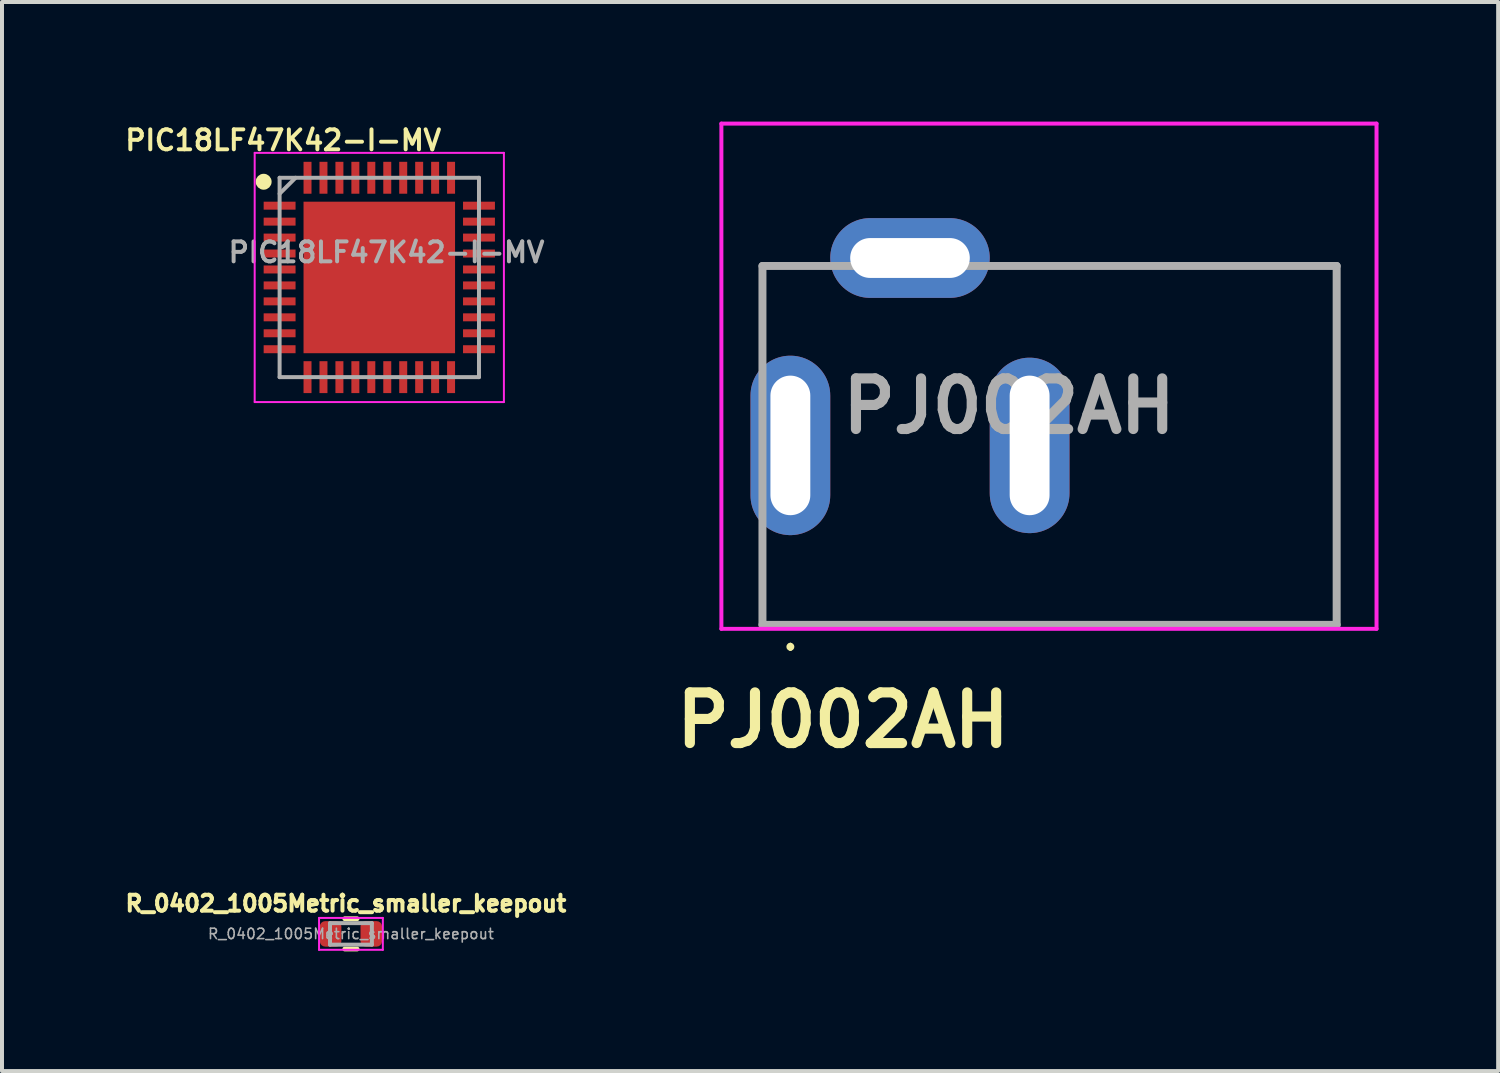
<source format=kicad_pcb>
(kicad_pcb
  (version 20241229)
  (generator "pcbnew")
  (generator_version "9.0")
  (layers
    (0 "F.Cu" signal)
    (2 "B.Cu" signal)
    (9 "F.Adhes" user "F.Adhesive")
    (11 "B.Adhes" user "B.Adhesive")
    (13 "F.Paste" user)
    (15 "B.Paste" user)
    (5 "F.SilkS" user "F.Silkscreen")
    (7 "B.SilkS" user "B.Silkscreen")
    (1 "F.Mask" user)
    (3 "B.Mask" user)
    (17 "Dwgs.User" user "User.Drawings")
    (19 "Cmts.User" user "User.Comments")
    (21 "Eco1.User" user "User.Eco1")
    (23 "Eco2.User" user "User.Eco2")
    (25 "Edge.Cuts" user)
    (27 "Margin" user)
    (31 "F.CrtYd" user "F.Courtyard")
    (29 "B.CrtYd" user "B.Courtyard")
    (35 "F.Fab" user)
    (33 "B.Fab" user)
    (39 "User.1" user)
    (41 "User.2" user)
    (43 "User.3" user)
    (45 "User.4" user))
  (footprint "PJ002AH"
    (layer "F.Cu")
    (at 16.771 8.12)
    (property "Reference" "PJ002AH" (at 1.32 6.89 0) (layer "F.SilkS") (effects (font (size 1.27 1.27) (thickness 0.254))))
    (attr through_hole)
    (fp_line (start -0.7 -4.5) (end -0.7 -3) (stroke (width 0.1) (type solid)) (layer "F.SilkS"))
    (fp_line (start -0.7 4.5) (end -0.7 3) (stroke (width 0.1) (type solid)) (layer "F.SilkS"))
    (fp_line (start 0 5) (end 0 5) (stroke (width 0.1) (type solid)) (layer "F.SilkS"))
    (fp_line (start 0 5.1) (end 0 5.1) (stroke (width 0.1) (type solid)) (layer "F.SilkS"))
    (fp_line (start 0.2 -4.5) (end -0.7 -4.5) (stroke (width 0.1) (type solid)) (layer "F.SilkS"))
    (fp_line (start 5.7 -4.5) (end 13.7 -4.5) (stroke (width 0.1) (type solid)) (layer "F.SilkS"))
    (fp_line (start 13.7 -4.5) (end 13.7 4.5) (stroke (width 0.1) (type solid)) (layer "F.SilkS"))
    (fp_line (start 13.7 4.5) (end -0.7 4.5) (stroke (width 0.1) (type solid)) (layer "F.SilkS"))
    (fp_arc (start 0 5) (mid 0.05 5.05) (end 0 5.1) (stroke (width 0.1) (type solid)) (layer "F.SilkS"))
    (fp_arc (start 0 5.1) (mid -0.05 5.05) (end 0 5) (stroke (width 0.1) (type solid)) (layer "F.SilkS"))
    (fp_line (start -1.73 -8.07) (end 14.7 -8.07) (stroke (width 0.1) (type solid)) (layer "F.CrtYd"))
    (fp_line (start -1.73 4.6) (end -1.73 -8.07) (stroke (width 0.1) (type solid)) (layer "F.CrtYd"))
    (fp_line (start 14.7 -8.07) (end 14.7 4.6) (stroke (width 0.1) (type solid)) (layer "F.CrtYd"))
    (fp_line (start 14.7 4.6) (end -1.73 4.6) (stroke (width 0.1) (type solid)) (layer "F.CrtYd"))
    (fp_line (start -0.7 -4.5) (end 13.7 -4.5) (stroke (width 0.2) (type solid)) (layer "F.Fab"))
    (fp_line (start -0.7 4.5) (end -0.7 -4.5) (stroke (width 0.2) (type solid)) (layer "F.Fab"))
    (fp_line (start 13.7 -4.5) (end 13.7 4.5) (stroke (width 0.2) (type solid)) (layer "F.Fab"))
    (fp_line (start 13.7 4.5) (end -0.7 4.5) (stroke (width 0.2) (type solid)) (layer "F.Fab"))
    (fp_text user "${REFERENCE}" (at 5.485 -0.985 0) (layer "F.Fab") (effects (font (size 1.27 1.27) (thickness 0.254))))
    (pad "1" thru_hole oval (at 0 0) (size 2 4.5) (drill oval 1 3.5) (layers "*.Cu" "*.Mask"))
    (pad "2" thru_hole oval (at 6 0) (size 2 4.4) (drill oval 1 3.5) (layers "*.Cu" "*.Mask"))
    (pad "3" thru_hole oval (at 3 -4.7) (size 4 2) (drill oval 3 1) (layers "*.Cu" "*.Mask")))
  (footprint "PIC18LF47K42-I-MV"
    (layer "F.Cu")
    (at 6.462 3.908)
    (property "Reference" "PIC18LF47K42-I-MV" (at -2.41 -3.44 0) (layer "F.SilkS") (effects (font (size 0.5 0.5) (thickness 0.1))))
    (attr smd)
    (fp_circle (center -2.9 -2.4) (end -2.9 -2.3) (stroke (width 0.2) (type solid)) (fill no) (layer "F.SilkS"))
    (fp_line (start -3.125 -3.125) (end 3.125 -3.125) (stroke (width 0.05) (type solid)) (layer "F.CrtYd"))
    (fp_line (start -3.125 3.125) (end -3.125 -3.125) (stroke (width 0.05) (type solid)) (layer "F.CrtYd"))
    (fp_line (start 3.125 -3.125) (end 3.125 3.125) (stroke (width 0.05) (type solid)) (layer "F.CrtYd"))
    (fp_line (start 3.125 3.125) (end -3.125 3.125) (stroke (width 0.05) (type solid)) (layer "F.CrtYd"))
    (fp_line (start -2.5 -2.5) (end 2.5 -2.5) (stroke (width 0.1) (type solid)) (layer "F.Fab"))
    (fp_line (start -2.5 -2.1) (end -2.1 -2.5) (stroke (width 0.1) (type solid)) (layer "F.Fab"))
    (fp_line (start -2.5 2.5) (end -2.5 -2.5) (stroke (width 0.1) (type solid)) (layer "F.Fab"))
    (fp_line (start 2.5 -2.5) (end 2.5 2.5) (stroke (width 0.1) (type solid)) (layer "F.Fab"))
    (fp_line (start 2.5 2.5) (end -2.5 2.5) (stroke (width 0.1) (type solid)) (layer "F.Fab"))
    (fp_text user "${REFERENCE}" (at 0.18 -0.63 0) (layer "F.Fab") (effects (font (size 0.5 0.5) (thickness 0.1))))
    (pad "1" smd rect (at -2.5 -1.8 90) (size 0.2 0.8) (layers "F.Cu" "F.Mask" "F.Paste"))
    (pad "2" smd rect (at -2.5 -1.4 90) (size 0.2 0.8) (layers "F.Cu" "F.Mask" "F.Paste"))
    (pad "3" smd rect (at -2.5 -1 90) (size 0.2 0.8) (layers "F.Cu" "F.Mask" "F.Paste"))
    (pad "4" smd rect (at -2.5 -0.6 90) (size 0.2 0.8) (layers "F.Cu" "F.Mask" "F.Paste"))
    (pad "5" smd rect (at -2.5 -0.2 90) (size 0.2 0.8) (layers "F.Cu" "F.Mask" "F.Paste"))
    (pad "6" smd rect (at -2.5 0.2 90) (size 0.2 0.8) (layers "F.Cu" "F.Mask" "F.Paste"))
    (pad "7" smd rect (at -2.5 0.6 90) (size 0.2 0.8) (layers "F.Cu" "F.Mask" "F.Paste"))
    (pad "8" smd rect (at -2.5 1 90) (size 0.2 0.8) (layers "F.Cu" "F.Mask" "F.Paste"))
    (pad "9" smd rect (at -2.5 1.4 90) (size 0.2 0.8) (layers "F.Cu" "F.Mask" "F.Paste"))
    (pad "10" smd rect (at -2.5 1.8 90) (size 0.2 0.8) (layers "F.Cu" "F.Mask" "F.Paste"))
    (pad "11" smd rect (at -1.8 2.5) (size 0.2 0.8) (layers "F.Cu" "F.Mask" "F.Paste"))
    (pad "12" smd rect (at -1.4 2.5) (size 0.2 0.8) (layers "F.Cu" "F.Mask" "F.Paste"))
    (pad "13" smd rect (at -1 2.5) (size 0.2 0.8) (layers "F.Cu" "F.Mask" "F.Paste"))
    (pad "14" smd rect (at -0.6 2.5) (size 0.2 0.8) (layers "F.Cu" "F.Mask" "F.Paste"))
    (pad "15" smd rect (at -0.2 2.5) (size 0.2 0.8) (layers "F.Cu" "F.Mask" "F.Paste"))
    (pad "16" smd rect (at 0.2 2.5) (size 0.2 0.8) (layers "F.Cu" "F.Mask" "F.Paste"))
    (pad "17" smd rect (at 0.6 2.5) (size 0.2 0.8) (layers "F.Cu" "F.Mask" "F.Paste"))
    (pad "18" smd rect (at 1 2.5) (size 0.2 0.8) (layers "F.Cu" "F.Mask" "F.Paste"))
    (pad "19" smd rect (at 1.4 2.5) (size 0.2 0.8) (layers "F.Cu" "F.Mask" "F.Paste"))
    (pad "20" smd rect (at 1.8 2.5) (size 0.2 0.8) (layers "F.Cu" "F.Mask" "F.Paste"))
    (pad "21" smd rect (at 2.5 1.8 90) (size 0.2 0.8) (layers "F.Cu" "F.Mask" "F.Paste"))
    (pad "22" smd rect (at 2.5 1.4 90) (size 0.2 0.8) (layers "F.Cu" "F.Mask" "F.Paste"))
    (pad "23" smd rect (at 2.5 1 90) (size 0.2 0.8) (layers "F.Cu" "F.Mask" "F.Paste"))
    (pad "24" smd rect (at 2.5 0.6 90) (size 0.2 0.8) (layers "F.Cu" "F.Mask" "F.Paste"))
    (pad "25" smd rect (at 2.5 0.2 90) (size 0.2 0.8) (layers "F.Cu" "F.Mask" "F.Paste"))
    (pad "26" smd rect (at 2.5 -0.2 90) (size 0.2 0.8) (layers "F.Cu" "F.Mask" "F.Paste"))
    (pad "27" smd rect (at 2.5 -0.6 90) (size 0.2 0.8) (layers "F.Cu" "F.Mask" "F.Paste"))
    (pad "28" smd rect (at 2.5 -1 90) (size 0.2 0.8) (layers "F.Cu" "F.Mask" "F.Paste"))
    (pad "29" smd rect (at 2.5 -1.4 90) (size 0.2 0.8) (layers "F.Cu" "F.Mask" "F.Paste"))
    (pad "30" smd rect (at 2.5 -1.8 90) (size 0.2 0.8) (layers "F.Cu" "F.Mask" "F.Paste"))
    (pad "31" smd rect (at 1.8 -2.5) (size 0.2 0.8) (layers "F.Cu" "F.Mask" "F.Paste"))
    (pad "32" smd rect (at 1.4 -2.5) (size 0.2 0.8) (layers "F.Cu" "F.Mask" "F.Paste"))
    (pad "33" smd rect (at 1 -2.5) (size 0.2 0.8) (layers "F.Cu" "F.Mask" "F.Paste"))
    (pad "34" smd rect (at 0.6 -2.5) (size 0.2 0.8) (layers "F.Cu" "F.Mask" "F.Paste"))
    (pad "35" smd rect (at 0.2 -2.5) (size 0.2 0.8) (layers "F.Cu" "F.Mask" "F.Paste"))
    (pad "36" smd rect (at -0.2 -2.5) (size 0.2 0.8) (layers "F.Cu" "F.Mask" "F.Paste"))
    (pad "37" smd rect (at -0.6 -2.5) (size 0.2 0.8) (layers "F.Cu" "F.Mask" "F.Paste"))
    (pad "38" smd rect (at -1 -2.5) (size 0.2 0.8) (layers "F.Cu" "F.Mask" "F.Paste"))
    (pad "39" smd rect (at -1.4 -2.5) (size 0.2 0.8) (layers "F.Cu" "F.Mask" "F.Paste"))
    (pad "40" smd rect (at -1.8 -2.5) (size 0.2 0.8) (layers "F.Cu" "F.Mask" "F.Paste"))
    (pad "41" smd rect (at 0 0) (size 3.8 3.8) (layers "F.Cu" "F.Mask" "F.Paste")))
  (footprint "R_0402_1005Metric_smaller_keepout"
    (layer "F.Cu")
    (at 5.751 20.37)
    (property "Reference" "R_0402_1005Metric_smaller_keepout" (at -0.127 -0.762 0) (layer "F.SilkS") (effects (font (size 0.4 0.4) (thickness 0.1))))
    (attr smd)
    (fp_line (start -0.154 -0.38) (end 0.154 -0.38) (stroke (width 0.12) (type solid)) (layer "F.SilkS"))
    (fp_line (start -0.154 0.38) (end 0.154 0.38) (stroke (width 0.12) (type solid)) (layer "F.SilkS"))
    (fp_line (start -0.8 -0.4) (end 0.8 -0.4) (stroke (width 0.05) (type solid)) (layer "F.CrtYd"))
    (fp_line (start -0.8 0.4) (end -0.8 -0.4) (stroke (width 0.05) (type solid)) (layer "F.CrtYd"))
    (fp_line (start 0.8 -0.4) (end 0.8 0.4) (stroke (width 0.05) (type solid)) (layer "F.CrtYd"))
    (fp_line (start 0.8 0.4) (end -0.8 0.4) (stroke (width 0.05) (type solid)) (layer "F.CrtYd"))
    (fp_line (start -0.525 -0.27) (end 0.525 -0.27) (stroke (width 0.1) (type solid)) (layer "F.Fab"))
    (fp_line (start -0.525 0.27) (end -0.525 -0.27) (stroke (width 0.1) (type solid)) (layer "F.Fab"))
    (fp_line (start 0.525 -0.27) (end 0.525 0.27) (stroke (width 0.1) (type solid)) (layer "F.Fab"))
    (fp_line (start 0.525 0.27) (end -0.525 0.27) (stroke (width 0.1) (type solid)) (layer "F.Fab"))
    (fp_text user "${REFERENCE}" (at 0 0 0) (layer "F.Fab") (effects (font (size 0.26 0.26) (thickness 0.04))))
    (pad "1" smd roundrect (at -0.51 0) (size 0.54 0.64) (layers "F.Cu" "F.Mask" "F.Paste") (roundrect_rratio 0.25))
    (pad "2" smd roundrect (at 0.51 0) (size 0.54 0.64) (layers "F.Cu" "F.Mask" "F.Paste") (roundrect_rratio 0.25)))
  (gr_rect
    (start -3 -3)
    (end 34.521 23.81)
    (stroke (width 0.1) (type default))
    (fill no)
    (layer "Edge.Cuts")))
</source>
